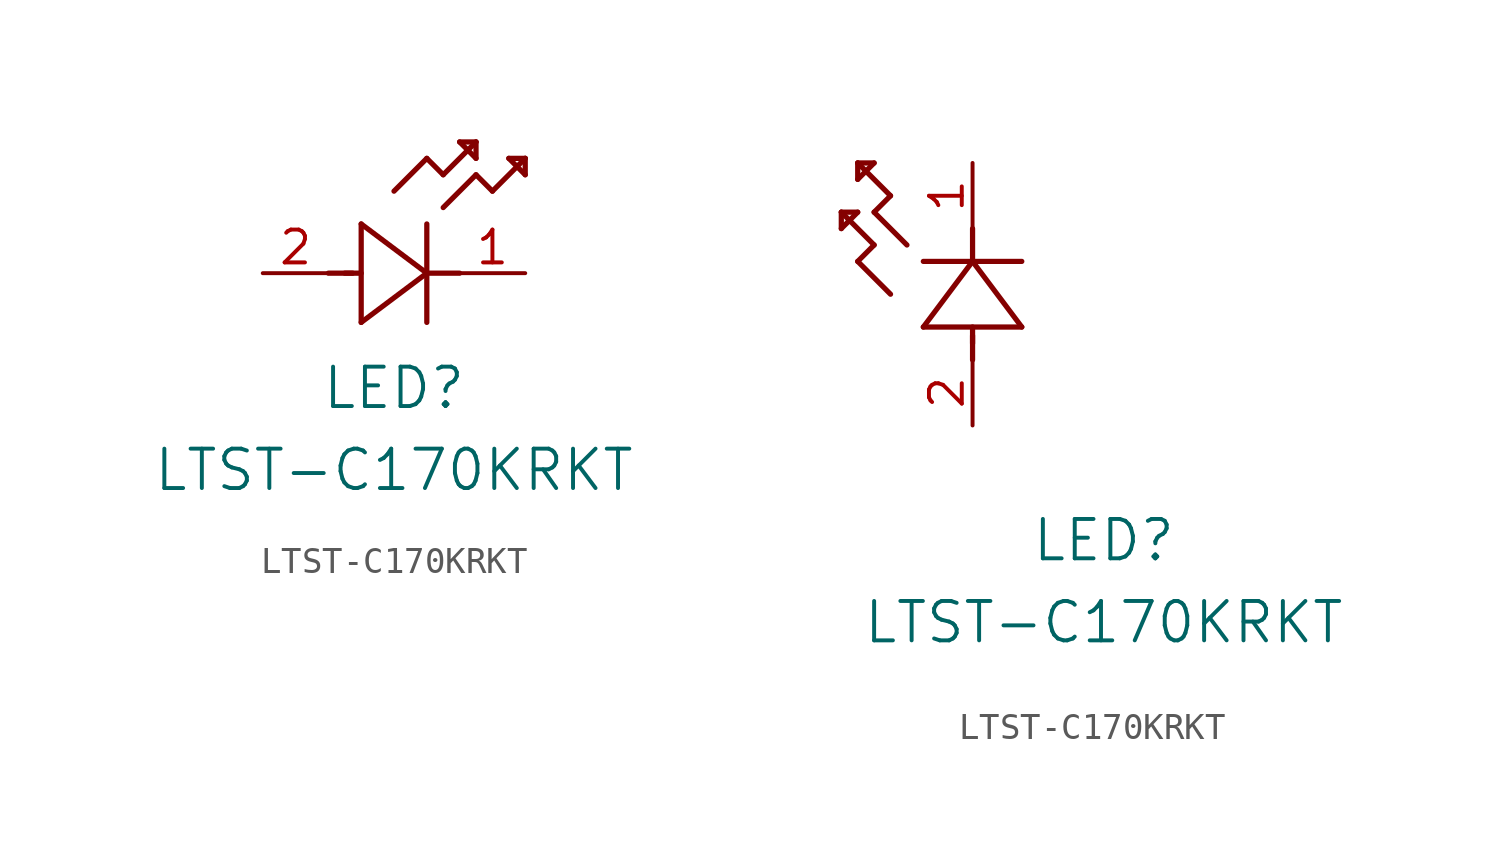
<source format=kicad_sym>
(kicad_symbol_lib
  (version 20211014)
  (generator kicad_symbol_editor)
  (symbol "LTST-C170KRKT"
    (pin_names
      (offset 0.254))
    (property "Reference" "LED"
      (at 5.08 -4.445 0)
      (effects (font (size 1.524 1.524))))
    (property "Value" "LTST-C170KRKT"
      (at 5.08 -7.62 0)
      (effects (font (size 1.524 1.524))))
    (symbol "LTST-C170KRKT_1_1"
      (polyline (pts (xy 2.54 0) (xy 3.48 0)) (stroke (width 0.203) (type default) (color 0 0 0 0)) (fill (type none)))
      (polyline (pts (xy 3.81 1.905) (xy 3.81 -1.905)) (stroke (width 0.203) (type default) (color 0 0 0 0)) (fill (type none)))
      (polyline (pts (xy 3.175 0) (xy 3.81 0)) (stroke (width 0.203) (type default) (color 0 0 0 0)) (fill (type none)))
      (polyline (pts (xy 6.35 -1.905) (xy 6.35 1.905)) (stroke (width 0.203) (type default) (color 0 0 0 0)) (fill (type none)))
      (polyline (pts (xy 6.35 0) (xy 7.62 0)) (stroke (width 0.203) (type default) (color 0 0 0 0)) (fill (type none)))
      (polyline (pts (xy 6.35 4.445) (xy 6.985 3.81)) (stroke (width 0.203) (type default) (color 0 0 0 0)) (fill (type none)))
      (polyline (pts (xy 6.985 3.81) (xy 8.255 5.08)) (stroke (width 0.203) (type default) (color 0 0 0 0)) (fill (type none)))
      (polyline (pts (xy 8.255 3.81) (xy 8.89 3.175)) (stroke (width 0.203) (type default) (color 0 0 0 0)) (fill (type none)))
      (polyline (pts (xy 8.89 3.175) (xy 10.16 4.445)) (stroke (width 0.203) (type default) (color 0 0 0 0)) (fill (type none)))
      (polyline (pts (xy 8.255 5.08) (xy 7.62 5.08)) (stroke (width 0.203) (type default) (color 0 0 0 0)) (fill (type none)))
      (polyline (pts (xy 7.62 5.08) (xy 8.255 4.445)) (stroke (width 0.203) (type default) (color 0 0 0 0)) (fill (type none)))
      (polyline (pts (xy 8.255 4.445) (xy 8.255 5.08)) (stroke (width 0.203) (type default) (color 0 0 0 0)) (fill (type none)))
      (polyline (pts (xy 10.16 4.445) (xy 9.525 4.445)) (stroke (width 0.203) (type default) (color 0 0 0 0)) (fill (type none)))
      (polyline (pts (xy 9.525 4.445) (xy 10.16 3.81)) (stroke (width 0.203) (type default) (color 0 0 0 0)) (fill (type none)))
      (polyline (pts (xy 10.16 3.81) (xy 10.16 4.445)) (stroke (width 0.203) (type default) (color 0 0 0 0)) (fill (type none)))
      (polyline (pts (xy 6.985 2.54) (xy 8.255 3.81)) (stroke (width 0.203) (type default) (color 0 0 0 0)) (fill (type none)))
      (polyline (pts (xy 6.35 0) (xy 3.81 1.905)) (stroke (width 0.203) (type default) (color 0 0 0 0)) (fill (type none)))
      (polyline (pts (xy 3.81 -1.905) (xy 6.35 0)) (stroke (width 0.203) (type default) (color 0 0 0 0)) (fill (type none)))
      (polyline (pts (xy 5.08 3.175) (xy 6.35 4.445)) (stroke (width 0.203) (type default) (color 0 0 0 0)) (fill (type none)))
      (pin unspecified line (at 10.16 0 180) (length 2.54) (name "" (effects (font (size 1.27 1.27)))) (number "1" (effects (font (size 1.27 1.27)))))
      (pin unspecified line (at 0 0 0) (length 2.54) (name "" (effects (font (size 1.27 1.27)))) (number "2" (effects (font (size 1.27 1.27))))))
    (symbol "LTST-C170KRKT_1_2"
      (polyline (pts (xy 0 2.54) (xy 0 3.48)) (stroke (width 0.203) (type default) (color 0 0 0 0)) (fill (type none)))
      (polyline (pts (xy -1.905 3.81) (xy 1.905 3.81)) (stroke (width 0.203) (type default) (color 0 0 0 0)) (fill (type none)))
      (polyline (pts (xy 0 3.175) (xy 0 3.81)) (stroke (width 0.203) (type default) (color 0 0 0 0)) (fill (type none)))
      (polyline (pts (xy 1.905 6.35) (xy -1.905 6.35)) (stroke (width 0.203) (type default) (color 0 0 0 0)) (fill (type none)))
      (polyline (pts (xy 0 6.35) (xy 0 7.62)) (stroke (width 0.203) (type default) (color 0 0 0 0)) (fill (type none)))
      (polyline (pts (xy 0 6.35) (xy -1.905 3.81)) (stroke (width 0.203) (type default) (color 0 0 0 0)) (fill (type none)))
      (polyline (pts (xy 1.905 3.81) (xy 0 6.35)) (stroke (width 0.203) (type default) (color 0 0 0 0)) (fill (type none)))
      (polyline (pts (xy -4.445 6.35) (xy -3.81 6.985)) (stroke (width 0.203) (type default) (color 0 0 0 0)) (fill (type none)))
      (polyline (pts (xy -2.54 6.985) (xy -3.81 8.255)) (stroke (width 0.203) (type default) (color 0 0 0 0)) (fill (type none)))
      (polyline (pts (xy -3.175 5.08) (xy -4.445 6.35)) (stroke (width 0.203) (type default) (color 0 0 0 0)) (fill (type none)))
      (polyline (pts (xy -4.445 10.16) (xy -4.445 9.525)) (stroke (width 0.203) (type default) (color 0 0 0 0)) (fill (type none)))
      (polyline (pts (xy -4.445 9.525) (xy -3.81 10.16)) (stroke (width 0.203) (type default) (color 0 0 0 0)) (fill (type none)))
      (polyline (pts (xy -3.81 10.16) (xy -4.445 10.16)) (stroke (width 0.203) (type default) (color 0 0 0 0)) (fill (type none)))
      (polyline (pts (xy -3.81 8.255) (xy -3.175 8.89)) (stroke (width 0.203) (type default) (color 0 0 0 0)) (fill (type none)))
      (polyline (pts (xy -3.175 8.89) (xy -4.445 10.16)) (stroke (width 0.203) (type default) (color 0 0 0 0)) (fill (type none)))
      (polyline (pts (xy -3.81 6.985) (xy -5.08 8.255)) (stroke (width 0.203) (type default) (color 0 0 0 0)) (fill (type none)))
      (polyline (pts (xy -5.08 8.255) (xy -5.08 7.62)) (stroke (width 0.203) (type default) (color 0 0 0 0)) (fill (type none)))
      (polyline (pts (xy -5.08 7.62) (xy -4.445 8.255)) (stroke (width 0.203) (type default) (color 0 0 0 0)) (fill (type none)))
      (polyline (pts (xy -4.445 8.255) (xy -5.08 8.255)) (stroke (width 0.203) (type default) (color 0 0 0 0)) (fill (type none)))
      (pin unspecified line (at 0 10.16 270) (length 2.54) (name "" (effects (font (size 1.27 1.27)))) (number "1" (effects (font (size 1.27 1.27)))))
      (pin unspecified line (at 0 0 90) (length 2.54) (name "" (effects (font (size 1.27 1.27)))) (number "2" (effects (font (size 1.27 1.27))))))))
</source>
